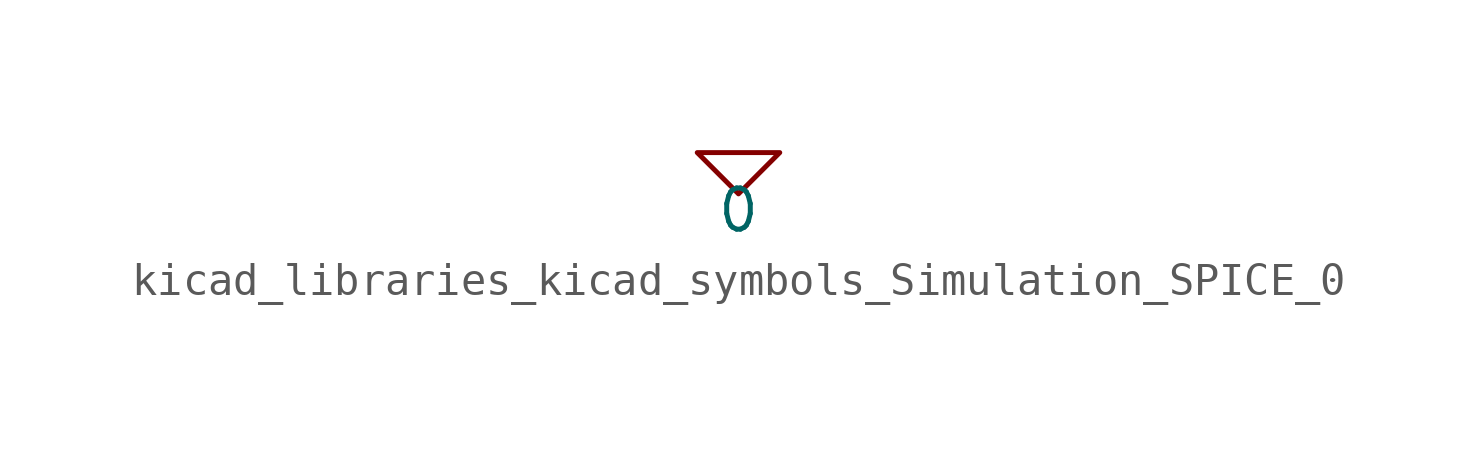
<source format=kicad_sym>
(kicad_symbol_lib
  (version 20220914)
  (generator kicad_symbol_editor)
  (symbol "kicad_libraries_kicad_symbols_Simulation_SPICE_0"
    (power)
    (pin_names
      (offset 0))
    (property "Reference" "#GND"
      (at 0 -2.54 0)
      (effects (font (size 1.27 1.27)) hide))
    (property "Value" "0"
      (at 0 -1.778 0)
      (effects (font (size 1.27 1.27))))
    (symbol "kicad_libraries_kicad_symbols_Simulation_SPICE_0_0_1"
      (polyline (pts (xy -1.27 0) (xy 0 -1.27) (xy 1.27 0) (xy -1.27 0)) (stroke (width 0) (type default)) (fill (type none))))
    (symbol "kicad_libraries_kicad_symbols_Simulation_SPICE_0_1_1"
      (pin power_in line (at 0 0 0) (length 0) hide (name "0" (effects (font (size 1.016 1.016)))) (number "1" (effects (font (size 1.016 1.016))))))))
</source>
